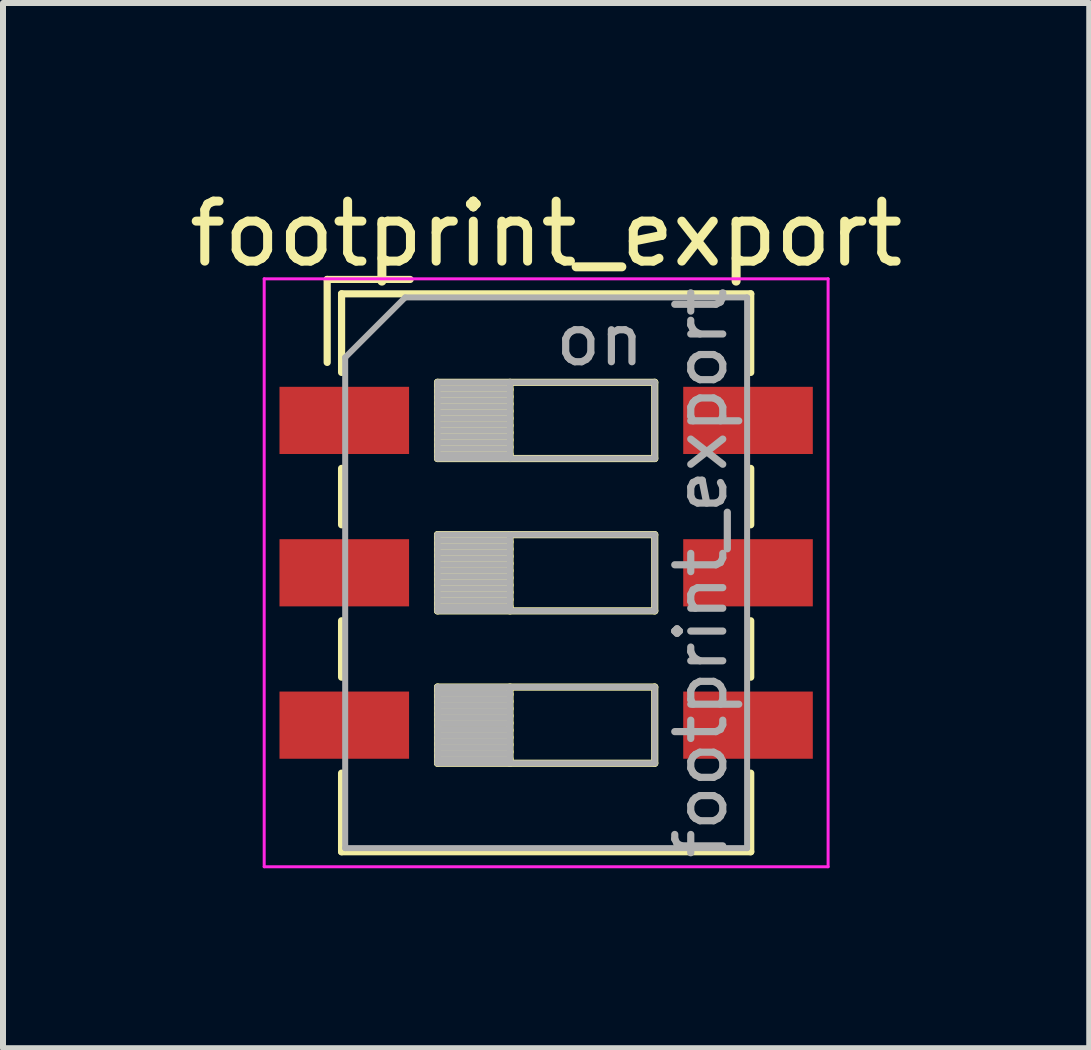
<source format=kicad_pcb>
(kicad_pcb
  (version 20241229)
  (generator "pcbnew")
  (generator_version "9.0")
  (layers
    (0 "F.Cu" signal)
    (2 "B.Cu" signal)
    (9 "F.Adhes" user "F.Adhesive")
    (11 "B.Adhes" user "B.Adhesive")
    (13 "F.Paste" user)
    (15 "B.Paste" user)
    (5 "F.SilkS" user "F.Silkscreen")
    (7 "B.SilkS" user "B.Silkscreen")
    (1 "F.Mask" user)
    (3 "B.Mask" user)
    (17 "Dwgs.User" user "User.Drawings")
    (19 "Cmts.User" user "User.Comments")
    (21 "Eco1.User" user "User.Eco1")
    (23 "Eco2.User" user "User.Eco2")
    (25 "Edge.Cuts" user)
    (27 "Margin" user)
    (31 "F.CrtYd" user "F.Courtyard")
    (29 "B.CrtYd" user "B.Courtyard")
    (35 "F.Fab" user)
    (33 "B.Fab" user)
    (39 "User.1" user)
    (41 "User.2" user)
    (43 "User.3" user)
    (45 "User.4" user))
  (footprint "footprint_export"
    (layer "F.Cu")
    (at 6.054 6.498)
    (property "Reference" "footprint_export" (at 0 -5.65 0) (layer "F.SilkS") (effects (font (size 1 1) (thickness 0.15))))
    (attr smd)
    (fp_line (start -3.65 -4.89) (end -3.65 -3.507) (stroke (width 0.12) (type solid)) (layer "F.SilkS"))
    (fp_line (start -3.65 -4.89) (end -2.267 -4.89) (stroke (width 0.12) (type solid)) (layer "F.SilkS"))
    (fp_line (start -3.41 -4.65) (end -3.41 -3.34) (stroke (width 0.12) (type solid)) (layer "F.SilkS"))
    (fp_line (start -3.41 -4.65) (end 3.41 -4.65) (stroke (width 0.12) (type solid)) (layer "F.SilkS"))
    (fp_line (start -3.41 -1.74) (end -3.41 -0.8) (stroke (width 0.12) (type solid)) (layer "F.SilkS"))
    (fp_line (start -3.41 0.8) (end -3.41 1.74) (stroke (width 0.12) (type solid)) (layer "F.SilkS"))
    (fp_line (start -3.41 3.34) (end -3.41 4.65) (stroke (width 0.12) (type solid)) (layer "F.SilkS"))
    (fp_line (start -3.41 4.65) (end 3.41 4.65) (stroke (width 0.12) (type solid)) (layer "F.SilkS"))
    (fp_line (start -1.81 -3.175) (end -1.81 -1.905) (stroke (width 0.12) (type solid)) (layer "F.SilkS"))
    (fp_line (start -1.81 -3.055) (end -0.603 -3.055) (stroke (width 0.12) (type solid)) (layer "F.SilkS"))
    (fp_line (start -1.81 -2.935) (end -0.603 -2.935) (stroke (width 0.12) (type solid)) (layer "F.SilkS"))
    (fp_line (start -1.81 -2.815) (end -0.603 -2.815) (stroke (width 0.12) (type solid)) (layer "F.SilkS"))
    (fp_line (start -1.81 -2.695) (end -0.603 -2.695) (stroke (width 0.12) (type solid)) (layer "F.SilkS"))
    (fp_line (start -1.81 -2.575) (end -0.603 -2.575) (stroke (width 0.12) (type solid)) (layer "F.SilkS"))
    (fp_line (start -1.81 -2.455) (end -0.603 -2.455) (stroke (width 0.12) (type solid)) (layer "F.SilkS"))
    (fp_line (start -1.81 -2.335) (end -0.603 -2.335) (stroke (width 0.12) (type solid)) (layer "F.SilkS"))
    (fp_line (start -1.81 -2.215) (end -0.603 -2.215) (stroke (width 0.12) (type solid)) (layer "F.SilkS"))
    (fp_line (start -1.81 -2.095) (end -0.603 -2.095) (stroke (width 0.12) (type solid)) (layer "F.SilkS"))
    (fp_line (start -1.81 -1.975) (end -0.603 -1.975) (stroke (width 0.12) (type solid)) (layer "F.SilkS"))
    (fp_line (start -1.81 -1.905) (end 1.81 -1.905) (stroke (width 0.12) (type solid)) (layer "F.SilkS"))
    (fp_line (start -1.81 -0.635) (end -1.81 0.635) (stroke (width 0.12) (type solid)) (layer "F.SilkS"))
    (fp_line (start -1.81 -0.515) (end -0.603 -0.515) (stroke (width 0.12) (type solid)) (layer "F.SilkS"))
    (fp_line (start -1.81 -0.395) (end -0.603 -0.395) (stroke (width 0.12) (type solid)) (layer "F.SilkS"))
    (fp_line (start -1.81 -0.275) (end -0.603 -0.275) (stroke (width 0.12) (type solid)) (layer "F.SilkS"))
    (fp_line (start -1.81 -0.155) (end -0.603 -0.155) (stroke (width 0.12) (type solid)) (layer "F.SilkS"))
    (fp_line (start -1.81 -0.035) (end -0.603 -0.035) (stroke (width 0.12) (type solid)) (layer "F.SilkS"))
    (fp_line (start -1.81 0.085) (end -0.603 0.085) (stroke (width 0.12) (type solid)) (layer "F.SilkS"))
    (fp_line (start -1.81 0.205) (end -0.603 0.205) (stroke (width 0.12) (type solid)) (layer "F.SilkS"))
    (fp_line (start -1.81 0.325) (end -0.603 0.325) (stroke (width 0.12) (type solid)) (layer "F.SilkS"))
    (fp_line (start -1.81 0.445) (end -0.603 0.445) (stroke (width 0.12) (type solid)) (layer "F.SilkS"))
    (fp_line (start -1.81 0.565) (end -0.603 0.565) (stroke (width 0.12) (type solid)) (layer "F.SilkS"))
    (fp_line (start -1.81 0.635) (end 1.81 0.635) (stroke (width 0.12) (type solid)) (layer "F.SilkS"))
    (fp_line (start -1.81 1.905) (end -1.81 3.175) (stroke (width 0.12) (type solid)) (layer "F.SilkS"))
    (fp_line (start -1.81 2.025) (end -0.603 2.025) (stroke (width 0.12) (type solid)) (layer "F.SilkS"))
    (fp_line (start -1.81 2.145) (end -0.603 2.145) (stroke (width 0.12) (type solid)) (layer "F.SilkS"))
    (fp_line (start -1.81 2.265) (end -0.603 2.265) (stroke (width 0.12) (type solid)) (layer "F.SilkS"))
    (fp_line (start -1.81 2.385) (end -0.603 2.385) (stroke (width 0.12) (type solid)) (layer "F.SilkS"))
    (fp_line (start -1.81 2.505) (end -0.603 2.505) (stroke (width 0.12) (type solid)) (layer "F.SilkS"))
    (fp_line (start -1.81 2.625) (end -0.603 2.625) (stroke (width 0.12) (type solid)) (layer "F.SilkS"))
    (fp_line (start -1.81 2.745) (end -0.603 2.745) (stroke (width 0.12) (type solid)) (layer "F.SilkS"))
    (fp_line (start -1.81 2.865) (end -0.603 2.865) (stroke (width 0.12) (type solid)) (layer "F.SilkS"))
    (fp_line (start -1.81 2.985) (end -0.603 2.985) (stroke (width 0.12) (type solid)) (layer "F.SilkS"))
    (fp_line (start -1.81 3.105) (end -0.603 3.105) (stroke (width 0.12) (type solid)) (layer "F.SilkS"))
    (fp_line (start -1.81 3.175) (end 1.81 3.175) (stroke (width 0.12) (type solid)) (layer "F.SilkS"))
    (fp_line (start -0.603 -3.175) (end -0.603 -1.905) (stroke (width 0.12) (type solid)) (layer "F.SilkS"))
    (fp_line (start -0.603 -0.635) (end -0.603 0.635) (stroke (width 0.12) (type solid)) (layer "F.SilkS"))
    (fp_line (start -0.603 1.905) (end -0.603 3.175) (stroke (width 0.12) (type solid)) (layer "F.SilkS"))
    (fp_line (start 1.81 -3.175) (end -1.81 -3.175) (stroke (width 0.12) (type solid)) (layer "F.SilkS"))
    (fp_line (start 1.81 -1.905) (end 1.81 -3.175) (stroke (width 0.12) (type solid)) (layer "F.SilkS"))
    (fp_line (start 1.81 -0.635) (end -1.81 -0.635) (stroke (width 0.12) (type solid)) (layer "F.SilkS"))
    (fp_line (start 1.81 0.635) (end 1.81 -0.635) (stroke (width 0.12) (type solid)) (layer "F.SilkS"))
    (fp_line (start 1.81 1.905) (end -1.81 1.905) (stroke (width 0.12) (type solid)) (layer "F.SilkS"))
    (fp_line (start 1.81 3.175) (end 1.81 1.905) (stroke (width 0.12) (type solid)) (layer "F.SilkS"))
    (fp_line (start 3.41 -4.65) (end 3.41 -3.34) (stroke (width 0.12) (type solid)) (layer "F.SilkS"))
    (fp_line (start 3.41 -1.74) (end 3.41 -0.8) (stroke (width 0.12) (type solid)) (layer "F.SilkS"))
    (fp_line (start 3.41 0.8) (end 3.41 1.74) (stroke (width 0.12) (type solid)) (layer "F.SilkS"))
    (fp_line (start 3.41 3.34) (end 3.41 4.65) (stroke (width 0.12) (type solid)) (layer "F.SilkS"))
    (fp_line (start -4.7 -4.9) (end -4.7 4.9) (stroke (width 0.05) (type solid)) (layer "F.CrtYd"))
    (fp_line (start -4.7 4.9) (end 4.7 4.9) (stroke (width 0.05) (type solid)) (layer "F.CrtYd"))
    (fp_line (start 4.7 -4.9) (end -4.7 -4.9) (stroke (width 0.05) (type solid)) (layer "F.CrtYd"))
    (fp_line (start 4.7 4.9) (end 4.7 -4.9) (stroke (width 0.05) (type solid)) (layer "F.CrtYd"))
    (fp_line (start -3.35 -3.59) (end -2.35 -4.59) (stroke (width 0.1) (type solid)) (layer "F.Fab"))
    (fp_line (start -3.35 4.59) (end -3.35 -3.59) (stroke (width 0.1) (type solid)) (layer "F.Fab"))
    (fp_line (start -2.35 -4.59) (end 3.35 -4.59) (stroke (width 0.1) (type solid)) (layer "F.Fab"))
    (fp_line (start -1.81 -3.175) (end -1.81 -1.905) (stroke (width 0.1) (type solid)) (layer "F.Fab"))
    (fp_line (start -1.81 -3.075) (end -0.603 -3.075) (stroke (width 0.1) (type solid)) (layer "F.Fab"))
    (fp_line (start -1.81 -2.975) (end -0.603 -2.975) (stroke (width 0.1) (type solid)) (layer "F.Fab"))
    (fp_line (start -1.81 -2.875) (end -0.603 -2.875) (stroke (width 0.1) (type solid)) (layer "F.Fab"))
    (fp_line (start -1.81 -2.775) (end -0.603 -2.775) (stroke (width 0.1) (type solid)) (layer "F.Fab"))
    (fp_line (start -1.81 -2.675) (end -0.603 -2.675) (stroke (width 0.1) (type solid)) (layer "F.Fab"))
    (fp_line (start -1.81 -2.575) (end -0.603 -2.575) (stroke (width 0.1) (type solid)) (layer "F.Fab"))
    (fp_line (start -1.81 -2.475) (end -0.603 -2.475) (stroke (width 0.1) (type solid)) (layer "F.Fab"))
    (fp_line (start -1.81 -2.375) (end -0.603 -2.375) (stroke (width 0.1) (type solid)) (layer "F.Fab"))
    (fp_line (start -1.81 -2.275) (end -0.603 -2.275) (stroke (width 0.1) (type solid)) (layer "F.Fab"))
    (fp_line (start -1.81 -2.175) (end -0.603 -2.175) (stroke (width 0.1) (type solid)) (layer "F.Fab"))
    (fp_line (start -1.81 -2.075) (end -0.603 -2.075) (stroke (width 0.1) (type solid)) (layer "F.Fab"))
    (fp_line (start -1.81 -1.975) (end -0.603 -1.975) (stroke (width 0.1) (type solid)) (layer "F.Fab"))
    (fp_line (start -1.81 -1.905) (end 1.81 -1.905) (stroke (width 0.1) (type solid)) (layer "F.Fab"))
    (fp_line (start -1.81 -0.635) (end -1.81 0.635) (stroke (width 0.1) (type solid)) (layer "F.Fab"))
    (fp_line (start -1.81 -0.535) (end -0.603 -0.535) (stroke (width 0.1) (type solid)) (layer "F.Fab"))
    (fp_line (start -1.81 -0.435) (end -0.603 -0.435) (stroke (width 0.1) (type solid)) (layer "F.Fab"))
    (fp_line (start -1.81 -0.335) (end -0.603 -0.335) (stroke (width 0.1) (type solid)) (layer "F.Fab"))
    (fp_line (start -1.81 -0.235) (end -0.603 -0.235) (stroke (width 0.1) (type solid)) (layer "F.Fab"))
    (fp_line (start -1.81 -0.135) (end -0.603 -0.135) (stroke (width 0.1) (type solid)) (layer "F.Fab"))
    (fp_line (start -1.81 -0.035) (end -0.603 -0.035) (stroke (width 0.1) (type solid)) (layer "F.Fab"))
    (fp_line (start -1.81 0.065) (end -0.603 0.065) (stroke (width 0.1) (type solid)) (layer "F.Fab"))
    (fp_line (start -1.81 0.165) (end -0.603 0.165) (stroke (width 0.1) (type solid)) (layer "F.Fab"))
    (fp_line (start -1.81 0.265) (end -0.603 0.265) (stroke (width 0.1) (type solid)) (layer "F.Fab"))
    (fp_line (start -1.81 0.365) (end -0.603 0.365) (stroke (width 0.1) (type solid)) (layer "F.Fab"))
    (fp_line (start -1.81 0.465) (end -0.603 0.465) (stroke (width 0.1) (type solid)) (layer "F.Fab"))
    (fp_line (start -1.81 0.565) (end -0.603 0.565) (stroke (width 0.1) (type solid)) (layer "F.Fab"))
    (fp_line (start -1.81 0.635) (end 1.81 0.635) (stroke (width 0.1) (type solid)) (layer "F.Fab"))
    (fp_line (start -1.81 1.905) (end -1.81 3.175) (stroke (width 0.1) (type solid)) (layer "F.Fab"))
    (fp_line (start -1.81 2.005) (end -0.603 2.005) (stroke (width 0.1) (type solid)) (layer "F.Fab"))
    (fp_line (start -1.81 2.105) (end -0.603 2.105) (stroke (width 0.1) (type solid)) (layer "F.Fab"))
    (fp_line (start -1.81 2.205) (end -0.603 2.205) (stroke (width 0.1) (type solid)) (layer "F.Fab"))
    (fp_line (start -1.81 2.305) (end -0.603 2.305) (stroke (width 0.1) (type solid)) (layer "F.Fab"))
    (fp_line (start -1.81 2.405) (end -0.603 2.405) (stroke (width 0.1) (type solid)) (layer "F.Fab"))
    (fp_line (start -1.81 2.505) (end -0.603 2.505) (stroke (width 0.1) (type solid)) (layer "F.Fab"))
    (fp_line (start -1.81 2.605) (end -0.603 2.605) (stroke (width 0.1) (type solid)) (layer "F.Fab"))
    (fp_line (start -1.81 2.705) (end -0.603 2.705) (stroke (width 0.1) (type solid)) (layer "F.Fab"))
    (fp_line (start -1.81 2.805) (end -0.603 2.805) (stroke (width 0.1) (type solid)) (layer "F.Fab"))
    (fp_line (start -1.81 2.905) (end -0.603 2.905) (stroke (width 0.1) (type solid)) (layer "F.Fab"))
    (fp_line (start -1.81 3.005) (end -0.603 3.005) (stroke (width 0.1) (type solid)) (layer "F.Fab"))
    (fp_line (start -1.81 3.105) (end -0.603 3.105) (stroke (width 0.1) (type solid)) (layer "F.Fab"))
    (fp_line (start -1.81 3.175) (end 1.81 3.175) (stroke (width 0.1) (type solid)) (layer "F.Fab"))
    (fp_line (start -0.603 -3.175) (end -0.603 -1.905) (stroke (width 0.1) (type solid)) (layer "F.Fab"))
    (fp_line (start -0.603 -0.635) (end -0.603 0.635) (stroke (width 0.1) (type solid)) (layer "F.Fab"))
    (fp_line (start -0.603 1.905) (end -0.603 3.175) (stroke (width 0.1) (type solid)) (layer "F.Fab"))
    (fp_line (start 1.81 -3.175) (end -1.81 -3.175) (stroke (width 0.1) (type solid)) (layer "F.Fab"))
    (fp_line (start 1.81 -1.905) (end 1.81 -3.175) (stroke (width 0.1) (type solid)) (layer "F.Fab"))
    (fp_line (start 1.81 -0.635) (end -1.81 -0.635) (stroke (width 0.1) (type solid)) (layer "F.Fab"))
    (fp_line (start 1.81 0.635) (end 1.81 -0.635) (stroke (width 0.1) (type solid)) (layer "F.Fab"))
    (fp_line (start 1.81 1.905) (end -1.81 1.905) (stroke (width 0.1) (type solid)) (layer "F.Fab"))
    (fp_line (start 1.81 3.175) (end 1.81 1.905) (stroke (width 0.1) (type solid)) (layer "F.Fab"))
    (fp_line (start 3.35 -4.59) (end 3.35 4.59) (stroke (width 0.1) (type solid)) (layer "F.Fab"))
    (fp_line (start 3.35 4.59) (end -3.35 4.59) (stroke (width 0.1) (type solid)) (layer "F.Fab"))
    (fp_text user "on" (at 0.897 -3.882 0) (layer "F.Fab") (effects (font (size 0.8 0.8) (thickness 0.12))))
    (fp_text user "${REFERENCE}" (at 2.58 0 90) (layer "F.Fab") (effects (font (size 0.8 0.8) (thickness 0.12))))
    (pad "1" smd rect (at -3.365 -2.54) (size 2.16 1.12) (layers "F.Cu" "F.Mask" "F.Paste"))
    (pad "2" smd rect (at -3.365 0) (size 2.16 1.12) (layers "F.Cu" "F.Mask" "F.Paste"))
    (pad "3" smd rect (at -3.365 2.54) (size 2.16 1.12) (layers "F.Cu" "F.Mask" "F.Paste"))
    (pad "4" smd rect (at 3.365 2.54) (size 2.16 1.12) (layers "F.Cu" "F.Mask" "F.Paste"))
    (pad "5" smd rect (at 3.365 0) (size 2.16 1.12) (layers "F.Cu" "F.Mask" "F.Paste"))
    (pad "6" smd rect (at 3.365 -2.54) (size 2.16 1.12) (layers "F.Cu" "F.Mask" "F.Paste")))
  (gr_rect
    (start -3 -3)
    (end 15.107 14.423)
    (stroke (width 0.1) (type default))
    (fill no)
    (layer "Edge.Cuts")))
</source>
